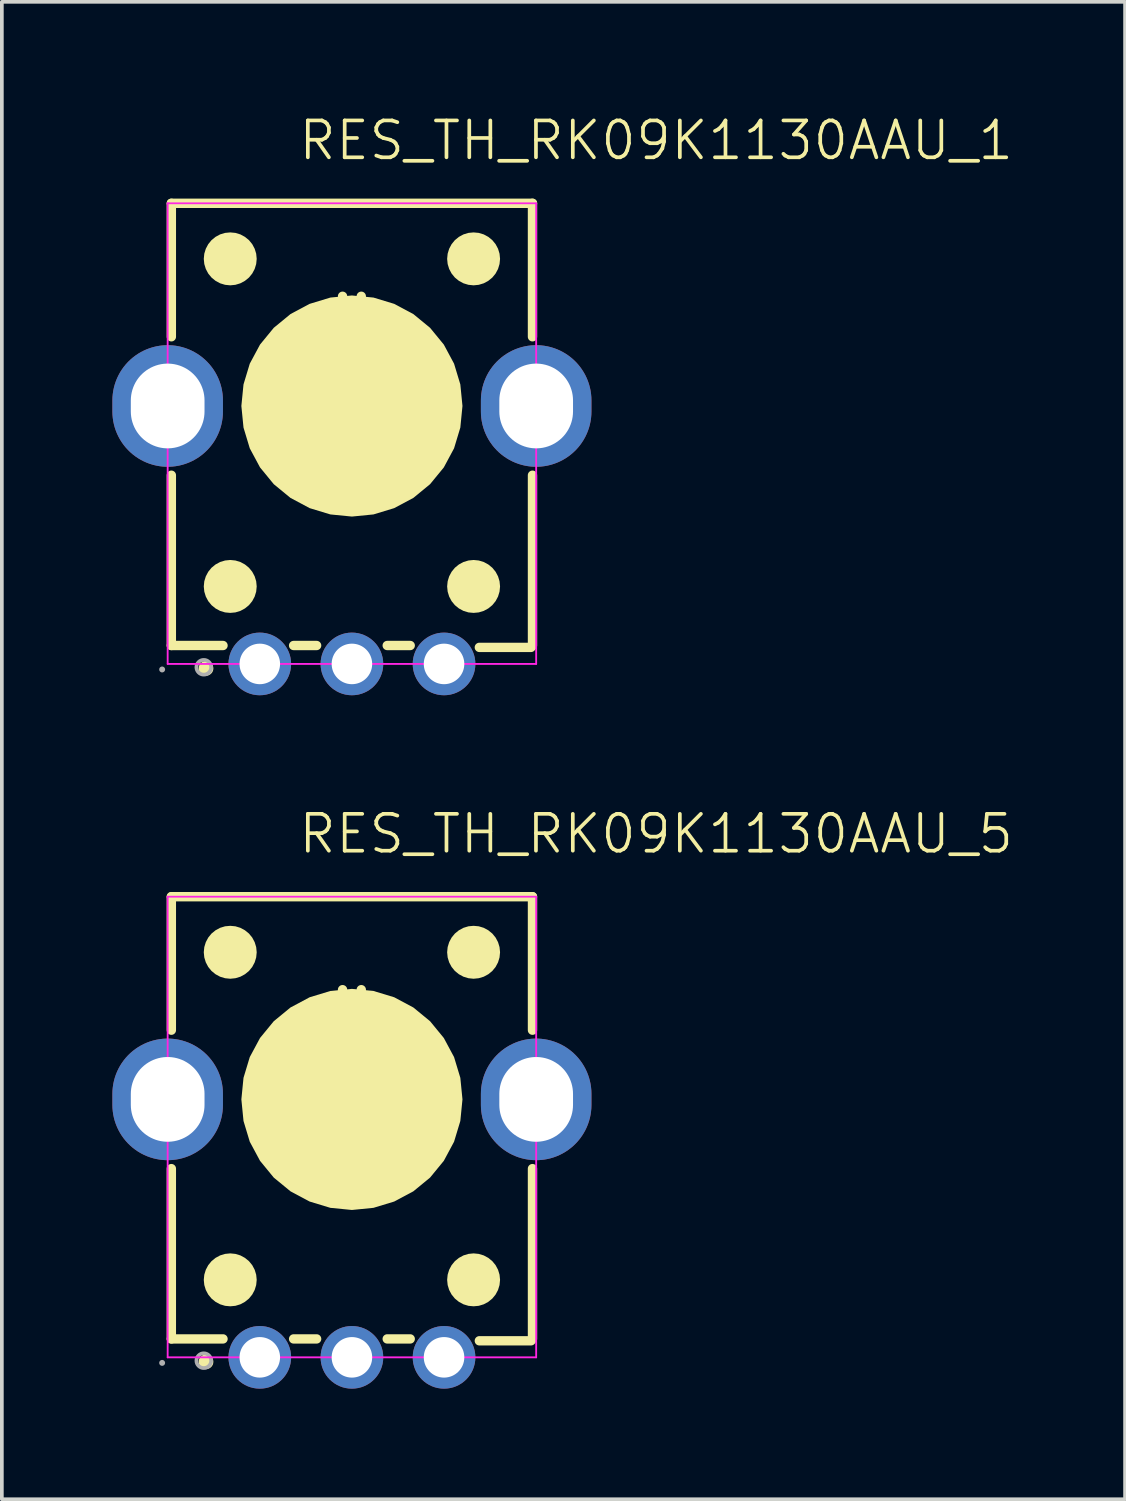
<source format=kicad_pcb>
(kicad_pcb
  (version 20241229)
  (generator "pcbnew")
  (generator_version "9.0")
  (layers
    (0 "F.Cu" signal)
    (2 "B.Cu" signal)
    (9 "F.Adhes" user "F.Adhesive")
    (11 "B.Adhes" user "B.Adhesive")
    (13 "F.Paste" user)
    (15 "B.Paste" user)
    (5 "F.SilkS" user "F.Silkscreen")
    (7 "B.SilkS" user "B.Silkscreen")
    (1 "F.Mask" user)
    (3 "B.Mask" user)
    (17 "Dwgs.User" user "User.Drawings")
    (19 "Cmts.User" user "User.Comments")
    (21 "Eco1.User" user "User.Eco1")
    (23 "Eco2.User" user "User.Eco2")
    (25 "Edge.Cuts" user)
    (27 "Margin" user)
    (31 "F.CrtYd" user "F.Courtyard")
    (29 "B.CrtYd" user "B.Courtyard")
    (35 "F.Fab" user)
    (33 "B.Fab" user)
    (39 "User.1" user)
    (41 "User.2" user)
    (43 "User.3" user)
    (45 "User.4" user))
  (footprint "RES_TH_RK09K1130AAU_5"
    (layer "F.Cu")
    (at 6.5 27.534)
    (property "Reference" "RES_TH_RK09K1130AAU_5" (at -1.5 -7.956 0) (layer "F.SilkS") (effects (font (size 1 1) (thickness 0.1)) (justify left)))
    (fp_line (start -4.9 -6.25) (end 4.9 -6.25) (stroke (width 0.254) (type solid)) (layer "F.SilkS"))
    (fp_line (start -4.9 -6.25) (end -4.9 -2.628) (stroke (width 0.254) (type solid)) (layer "F.SilkS"))
    (fp_line (start -4.9 1.129) (end -4.9 5.75) (stroke (width 0.254) (type solid)) (layer "F.SilkS"))
    (fp_line (start -4.9 5.75) (end -3.498 5.75) (stroke (width 0.254) (type solid)) (layer "F.SilkS"))
    (fp_line (start -1.582 5.75) (end -0.958 5.75) (stroke (width 0.254) (type solid)) (layer "F.SilkS"))
    (fp_line (start -0.254 -3.727) (end -0.254 -2.203) (stroke (width 0.254) (type solid)) (layer "F.SilkS"))
    (fp_line (start -0.254 -2.203) (end 0.254 -2.203) (stroke (width 0.254) (type solid)) (layer "F.SilkS"))
    (fp_line (start 0.254 -2.203) (end 0.254 -3.727) (stroke (width 0.254) (type solid)) (layer "F.SilkS"))
    (fp_line (start 0.958 5.75) (end 1.582 5.75) (stroke (width 0.254) (type solid)) (layer "F.SilkS"))
    (fp_line (start 4.86 5.801) (end 3.458 5.801) (stroke (width 0.254) (type solid)) (layer "F.SilkS"))
    (fp_line (start 4.9 -6.25) (end 4.9 -2.628) (stroke (width 0.254) (type solid)) (layer "F.SilkS"))
    (fp_line (start 4.9 1.129) (end 4.9 5.75) (stroke (width 0.254) (type solid)) (layer "F.SilkS"))
    (fp_poly (pts (xy -3.76 6.37) (xy -3.764 6.331) (xy -3.775 6.294) (xy -3.794 6.259) (xy -3.819 6.229) (xy -3.849 6.204) (xy -3.883 6.186) (xy -3.921 6.174) (xy -3.96 6.17) (xy -3.999 6.174) (xy -4.037 6.186) (xy -4.071 6.204) (xy -4.101 6.229) (xy -4.126 6.259) (xy -4.145 6.294) (xy -4.156 6.331) (xy -4.16 6.37) (xy -4.156 6.41) (xy -4.145 6.447) (xy -4.126 6.482) (xy -4.101 6.512) (xy -4.071 6.537) (xy -4.037 6.555) (xy -3.999 6.567) (xy -3.96 6.571) (xy -3.921 6.567) (xy -3.883 6.555) (xy -3.849 6.537) (xy -3.819 6.512) (xy -3.794 6.482) (xy -3.775 6.447) (xy -3.764 6.41)) (stroke (width 0) (type solid)) (fill yes) (layer "F.SilkS"))
    (fp_poly (pts (xy -2.584 -4.742) (xy -2.598 -4.883) (xy -2.639 -5.017) (xy -2.705 -5.141) (xy -2.794 -5.25) (xy -2.903 -5.339) (xy -3.027 -5.406) (xy -3.162 -5.447) (xy -3.302 -5.46) (xy -3.442 -5.447) (xy -3.577 -5.406) (xy -3.701 -5.339) (xy -3.81 -5.25) (xy -3.899 -5.141) (xy -3.965 -5.017) (xy -4.006 -4.883) (xy -4.02 -4.742) (xy -4.006 -4.602) (xy -3.965 -4.468) (xy -3.899 -4.344) (xy -3.81 -4.235) (xy -3.701 -4.146) (xy -3.577 -4.079) (xy -3.442 -4.038) (xy -3.302 -4.024) (xy -3.162 -4.038) (xy -3.027 -4.079) (xy -2.903 -4.146) (xy -2.794 -4.235) (xy -2.705 -4.344) (xy -2.639 -4.468) (xy -2.598 -4.602)) (stroke (width 0) (type solid)) (fill yes) (layer "F.SilkS"))
    (fp_poly (pts (xy -2.584 4.147) (xy -2.598 4.007) (xy -2.639 3.873) (xy -2.705 3.749) (xy -2.794 3.64) (xy -2.903 3.551) (xy -3.027 3.484) (xy -3.162 3.443) (xy -3.302 3.429) (xy -3.442 3.443) (xy -3.577 3.484) (xy -3.701 3.551) (xy -3.81 3.64) (xy -3.899 3.749) (xy -3.965 3.873) (xy -4.006 4.007) (xy -4.02 4.147) (xy -4.006 4.288) (xy -3.965 4.422) (xy -3.899 4.546) (xy -3.81 4.655) (xy -3.701 4.744) (xy -3.577 4.811) (xy -3.442 4.852) (xy -3.302 4.865) (xy -3.162 4.852) (xy -3.027 4.811) (xy -2.903 4.744) (xy -2.794 4.655) (xy -2.705 4.546) (xy -2.639 4.422) (xy -2.598 4.288)) (stroke (width 0) (type solid)) (fill yes) (layer "F.SilkS"))
    (fp_poly (pts (xy 3 -0.75) (xy 2.942 -1.335) (xy 2.772 -1.898) (xy 2.494 -2.416) (xy 2.121 -2.871) (xy 1.667 -3.244) (xy 1.148 -3.521) (xy 0.585 -3.692) (xy 0 -3.749) (xy -0.585 -3.692) (xy -1.148 -3.521) (xy -1.667 -3.244) (xy -2.121 -2.871) (xy -2.494 -2.416) (xy -2.772 -1.898) (xy -2.942 -1.335) (xy -3 -0.75) (xy -2.942 -0.164) (xy -2.772 0.399) (xy -2.494 0.917) (xy -2.121 1.372) (xy -1.667 1.745) (xy -1.148 2.022) (xy -0.585 2.193) (xy 0 2.251) (xy 0.585 2.193) (xy 1.148 2.022) (xy 1.667 1.745) (xy 2.121 1.372) (xy 2.494 0.917) (xy 2.772 0.399) (xy 2.942 -0.164)) (stroke (width 0) (type solid)) (fill yes) (layer "F.SilkS"))
    (fp_poly (pts (xy 4.02 -4.742) (xy 4.006 -4.883) (xy 3.965 -5.017) (xy 3.899 -5.141) (xy 3.81 -5.25) (xy 3.701 -5.339) (xy 3.577 -5.406) (xy 3.442 -5.447) (xy 3.302 -5.46) (xy 3.162 -5.447) (xy 3.027 -5.406) (xy 2.903 -5.339) (xy 2.794 -5.25) (xy 2.705 -5.141) (xy 2.639 -5.017) (xy 2.598 -4.883) (xy 2.584 -4.742) (xy 2.598 -4.602) (xy 2.639 -4.468) (xy 2.705 -4.344) (xy 2.794 -4.235) (xy 2.903 -4.146) (xy 3.027 -4.079) (xy 3.162 -4.038) (xy 3.302 -4.024) (xy 3.442 -4.038) (xy 3.577 -4.079) (xy 3.701 -4.146) (xy 3.81 -4.235) (xy 3.899 -4.344) (xy 3.965 -4.468) (xy 4.006 -4.602)) (stroke (width 0) (type solid)) (fill yes) (layer "F.SilkS"))
    (fp_poly (pts (xy 4.02 4.147) (xy 4.006 4.007) (xy 3.965 3.873) (xy 3.899 3.749) (xy 3.81 3.64) (xy 3.701 3.551) (xy 3.577 3.484) (xy 3.442 3.443) (xy 3.302 3.429) (xy 3.162 3.443) (xy 3.027 3.484) (xy 2.903 3.551) (xy 2.794 3.64) (xy 2.705 3.749) (xy 2.639 3.873) (xy 2.598 4.007) (xy 2.584 4.147) (xy 2.598 4.288) (xy 2.639 4.422) (xy 2.705 4.546) (xy 2.794 4.655) (xy 2.903 4.744) (xy 3.027 4.811) (xy 3.162 4.852) (xy 3.302 4.865) (xy 3.442 4.852) (xy 3.577 4.811) (xy 3.701 4.744) (xy 3.81 4.655) (xy 3.899 4.546) (xy 3.965 4.422) (xy 4.006 4.288)) (stroke (width 0) (type solid)) (fill yes) (layer "F.SilkS"))
    (fp_line (start -5 -6.25) (end -5 6.25) (stroke (width 0.05) (type solid)) (layer "F.CrtYd"))
    (fp_line (start -5 6.25) (end 5 6.25) (stroke (width 0.05) (type solid)) (layer "F.CrtYd"))
    (fp_line (start 5 -6.25) (end -5 -6.25) (stroke (width 0.05) (type solid)) (layer "F.CrtYd"))
    (fp_line (start 5 6.25) (end 5 -6.25) (stroke (width 0.05) (type solid)) (layer "F.CrtYd"))
    (fp_poly (pts (xy -5.12 6.401) (xy -5.121 6.395) (xy -5.122 6.389) (xy -5.125 6.384) (xy -5.129 6.379) (xy -5.133 6.376) (xy -5.139 6.373) (xy -5.144 6.371) (xy -5.15 6.37) (xy -5.156 6.371) (xy -5.161 6.373) (xy -5.167 6.376) (xy -5.171 6.379) (xy -5.175 6.384) (xy -5.178 6.389) (xy -5.179 6.395) (xy -5.18 6.401) (xy -5.179 6.406) (xy -5.178 6.412) (xy -5.175 6.417) (xy -5.171 6.422) (xy -5.167 6.425) (xy -5.161 6.428) (xy -5.156 6.43) (xy -5.15 6.431) (xy -5.144 6.43) (xy -5.139 6.428) (xy -5.133 6.425) (xy -5.129 6.422) (xy -5.125 6.417) (xy -5.122 6.412) (xy -5.121 6.406)) (stroke (width 0.1) (type solid)) (fill no) (layer "F.Fab"))
    (fp_poly (pts (xy -3.82 6.34) (xy -3.824 6.301) (xy -3.835 6.264) (xy -3.854 6.229) (xy -3.879 6.199) (xy -3.909 6.174) (xy -3.943 6.156) (xy -3.981 6.144) (xy -4.02 6.141) (xy -4.059 6.144) (xy -4.097 6.156) (xy -4.131 6.174) (xy -4.161 6.199) (xy -4.186 6.229) (xy -4.205 6.264) (xy -4.216 6.301) (xy -4.22 6.34) (xy -4.216 6.38) (xy -4.205 6.417) (xy -4.186 6.452) (xy -4.161 6.482) (xy -4.131 6.507) (xy -4.097 6.525) (xy -4.059 6.537) (xy -4.02 6.54) (xy -3.981 6.537) (xy -3.943 6.525) (xy -3.909 6.507) (xy -3.879 6.482) (xy -3.854 6.452) (xy -3.835 6.417) (xy -3.824 6.38)) (stroke (width 0.1) (type solid)) (fill no) (layer "F.Fab"))
    (pad "1" thru_hole circle (at -2.5 6.25) (size 1.7 1.7) (drill 1.1) (layers "*.Cu" "*.Mask"))
    (pad "2" thru_hole circle (at 0 6.25) (size 1.7 1.7) (drill 1.1) (layers "*.Cu" "*.Mask"))
    (pad "3" thru_hole circle (at 2.5 6.25) (size 1.7 1.7) (drill 1.1) (layers "*.Cu" "*.Mask"))
    (pad "4" thru_hole oval (at 5 -0.75) (size 3 3.3) (drill oval 2 2.3) (layers "*.Cu" "*.Mask"))
    (pad "5" thru_hole oval (at -5 -0.75) (size 3 3.3) (drill oval 2 2.3) (layers "*.Cu" "*.Mask")))
  (footprint "RES_TH_RK09K1130AAU_1"
    (layer "F.Cu")
    (at 6.5 8.717)
    (property "Reference" "RES_TH_RK09K1130AAU_1" (at -1.5 -7.956 0) (layer "F.SilkS") (effects (font (size 1 1) (thickness 0.1)) (justify left)))
    (fp_line (start -4.9 -6.25) (end 4.9 -6.25) (stroke (width 0.254) (type solid)) (layer "F.SilkS"))
    (fp_line (start -4.9 -6.25) (end -4.9 -2.628) (stroke (width 0.254) (type solid)) (layer "F.SilkS"))
    (fp_line (start -4.9 1.129) (end -4.9 5.75) (stroke (width 0.254) (type solid)) (layer "F.SilkS"))
    (fp_line (start -4.9 5.75) (end -3.498 5.75) (stroke (width 0.254) (type solid)) (layer "F.SilkS"))
    (fp_line (start -1.582 5.75) (end -0.958 5.75) (stroke (width 0.254) (type solid)) (layer "F.SilkS"))
    (fp_line (start -0.254 -3.727) (end -0.254 -2.203) (stroke (width 0.254) (type solid)) (layer "F.SilkS"))
    (fp_line (start -0.254 -2.203) (end 0.254 -2.203) (stroke (width 0.254) (type solid)) (layer "F.SilkS"))
    (fp_line (start 0.254 -2.203) (end 0.254 -3.727) (stroke (width 0.254) (type solid)) (layer "F.SilkS"))
    (fp_line (start 0.958 5.75) (end 1.582 5.75) (stroke (width 0.254) (type solid)) (layer "F.SilkS"))
    (fp_line (start 4.86 5.801) (end 3.458 5.801) (stroke (width 0.254) (type solid)) (layer "F.SilkS"))
    (fp_line (start 4.9 -6.25) (end 4.9 -2.628) (stroke (width 0.254) (type solid)) (layer "F.SilkS"))
    (fp_line (start 4.9 1.129) (end 4.9 5.75) (stroke (width 0.254) (type solid)) (layer "F.SilkS"))
    (fp_poly (pts (xy -3.76 6.37) (xy -3.764 6.331) (xy -3.775 6.294) (xy -3.794 6.259) (xy -3.819 6.229) (xy -3.849 6.204) (xy -3.883 6.186) (xy -3.921 6.174) (xy -3.96 6.17) (xy -3.999 6.174) (xy -4.037 6.186) (xy -4.071 6.204) (xy -4.101 6.229) (xy -4.126 6.259) (xy -4.145 6.294) (xy -4.156 6.331) (xy -4.16 6.37) (xy -4.156 6.41) (xy -4.145 6.447) (xy -4.126 6.482) (xy -4.101 6.512) (xy -4.071 6.537) (xy -4.037 6.555) (xy -3.999 6.567) (xy -3.96 6.571) (xy -3.921 6.567) (xy -3.883 6.555) (xy -3.849 6.537) (xy -3.819 6.512) (xy -3.794 6.482) (xy -3.775 6.447) (xy -3.764 6.41)) (stroke (width 0) (type solid)) (fill yes) (layer "F.SilkS"))
    (fp_poly (pts (xy -2.584 -4.742) (xy -2.598 -4.883) (xy -2.639 -5.017) (xy -2.705 -5.141) (xy -2.794 -5.25) (xy -2.903 -5.339) (xy -3.027 -5.406) (xy -3.162 -5.447) (xy -3.302 -5.46) (xy -3.442 -5.447) (xy -3.577 -5.406) (xy -3.701 -5.339) (xy -3.81 -5.25) (xy -3.899 -5.141) (xy -3.965 -5.017) (xy -4.006 -4.883) (xy -4.02 -4.742) (xy -4.006 -4.602) (xy -3.965 -4.468) (xy -3.899 -4.344) (xy -3.81 -4.235) (xy -3.701 -4.146) (xy -3.577 -4.079) (xy -3.442 -4.038) (xy -3.302 -4.024) (xy -3.162 -4.038) (xy -3.027 -4.079) (xy -2.903 -4.146) (xy -2.794 -4.235) (xy -2.705 -4.344) (xy -2.639 -4.468) (xy -2.598 -4.602)) (stroke (width 0) (type solid)) (fill yes) (layer "F.SilkS"))
    (fp_poly (pts (xy -2.584 4.147) (xy -2.598 4.007) (xy -2.639 3.873) (xy -2.705 3.749) (xy -2.794 3.64) (xy -2.903 3.551) (xy -3.027 3.484) (xy -3.162 3.443) (xy -3.302 3.429) (xy -3.442 3.443) (xy -3.577 3.484) (xy -3.701 3.551) (xy -3.81 3.64) (xy -3.899 3.749) (xy -3.965 3.873) (xy -4.006 4.007) (xy -4.02 4.147) (xy -4.006 4.288) (xy -3.965 4.422) (xy -3.899 4.546) (xy -3.81 4.655) (xy -3.701 4.744) (xy -3.577 4.811) (xy -3.442 4.852) (xy -3.302 4.865) (xy -3.162 4.852) (xy -3.027 4.811) (xy -2.903 4.744) (xy -2.794 4.655) (xy -2.705 4.546) (xy -2.639 4.422) (xy -2.598 4.288)) (stroke (width 0) (type solid)) (fill yes) (layer "F.SilkS"))
    (fp_poly (pts (xy 3 -0.75) (xy 2.942 -1.335) (xy 2.772 -1.898) (xy 2.494 -2.416) (xy 2.121 -2.871) (xy 1.667 -3.244) (xy 1.148 -3.521) (xy 0.585 -3.692) (xy 0 -3.749) (xy -0.585 -3.692) (xy -1.148 -3.521) (xy -1.667 -3.244) (xy -2.121 -2.871) (xy -2.494 -2.416) (xy -2.772 -1.898) (xy -2.942 -1.335) (xy -3 -0.75) (xy -2.942 -0.164) (xy -2.772 0.399) (xy -2.494 0.917) (xy -2.121 1.372) (xy -1.667 1.745) (xy -1.148 2.022) (xy -0.585 2.193) (xy 0 2.251) (xy 0.585 2.193) (xy 1.148 2.022) (xy 1.667 1.745) (xy 2.121 1.372) (xy 2.494 0.917) (xy 2.772 0.399) (xy 2.942 -0.164)) (stroke (width 0) (type solid)) (fill yes) (layer "F.SilkS"))
    (fp_poly (pts (xy 4.02 -4.742) (xy 4.006 -4.883) (xy 3.965 -5.017) (xy 3.899 -5.141) (xy 3.81 -5.25) (xy 3.701 -5.339) (xy 3.577 -5.406) (xy 3.442 -5.447) (xy 3.302 -5.46) (xy 3.162 -5.447) (xy 3.027 -5.406) (xy 2.903 -5.339) (xy 2.794 -5.25) (xy 2.705 -5.141) (xy 2.639 -5.017) (xy 2.598 -4.883) (xy 2.584 -4.742) (xy 2.598 -4.602) (xy 2.639 -4.468) (xy 2.705 -4.344) (xy 2.794 -4.235) (xy 2.903 -4.146) (xy 3.027 -4.079) (xy 3.162 -4.038) (xy 3.302 -4.024) (xy 3.442 -4.038) (xy 3.577 -4.079) (xy 3.701 -4.146) (xy 3.81 -4.235) (xy 3.899 -4.344) (xy 3.965 -4.468) (xy 4.006 -4.602)) (stroke (width 0) (type solid)) (fill yes) (layer "F.SilkS"))
    (fp_poly (pts (xy 4.02 4.147) (xy 4.006 4.007) (xy 3.965 3.873) (xy 3.899 3.749) (xy 3.81 3.64) (xy 3.701 3.551) (xy 3.577 3.484) (xy 3.442 3.443) (xy 3.302 3.429) (xy 3.162 3.443) (xy 3.027 3.484) (xy 2.903 3.551) (xy 2.794 3.64) (xy 2.705 3.749) (xy 2.639 3.873) (xy 2.598 4.007) (xy 2.584 4.147) (xy 2.598 4.288) (xy 2.639 4.422) (xy 2.705 4.546) (xy 2.794 4.655) (xy 2.903 4.744) (xy 3.027 4.811) (xy 3.162 4.852) (xy 3.302 4.865) (xy 3.442 4.852) (xy 3.577 4.811) (xy 3.701 4.744) (xy 3.81 4.655) (xy 3.899 4.546) (xy 3.965 4.422) (xy 4.006 4.288)) (stroke (width 0) (type solid)) (fill yes) (layer "F.SilkS"))
    (fp_line (start -5 -6.25) (end -5 6.25) (stroke (width 0.05) (type solid)) (layer "F.CrtYd"))
    (fp_line (start -5 6.25) (end 5 6.25) (stroke (width 0.05) (type solid)) (layer "F.CrtYd"))
    (fp_line (start 5 -6.25) (end -5 -6.25) (stroke (width 0.05) (type solid)) (layer "F.CrtYd"))
    (fp_line (start 5 6.25) (end 5 -6.25) (stroke (width 0.05) (type solid)) (layer "F.CrtYd"))
    (fp_poly (pts (xy -5.12 6.401) (xy -5.121 6.395) (xy -5.122 6.389) (xy -5.125 6.384) (xy -5.129 6.379) (xy -5.133 6.376) (xy -5.139 6.373) (xy -5.144 6.371) (xy -5.15 6.37) (xy -5.156 6.371) (xy -5.161 6.373) (xy -5.167 6.376) (xy -5.171 6.379) (xy -5.175 6.384) (xy -5.178 6.389) (xy -5.179 6.395) (xy -5.18 6.401) (xy -5.179 6.406) (xy -5.178 6.412) (xy -5.175 6.417) (xy -5.171 6.422) (xy -5.167 6.425) (xy -5.161 6.428) (xy -5.156 6.43) (xy -5.15 6.431) (xy -5.144 6.43) (xy -5.139 6.428) (xy -5.133 6.425) (xy -5.129 6.422) (xy -5.125 6.417) (xy -5.122 6.412) (xy -5.121 6.406)) (stroke (width 0.1) (type solid)) (fill no) (layer "F.Fab"))
    (fp_poly (pts (xy -3.82 6.34) (xy -3.824 6.301) (xy -3.835 6.264) (xy -3.854 6.229) (xy -3.879 6.199) (xy -3.909 6.174) (xy -3.943 6.156) (xy -3.981 6.144) (xy -4.02 6.141) (xy -4.059 6.144) (xy -4.097 6.156) (xy -4.131 6.174) (xy -4.161 6.199) (xy -4.186 6.229) (xy -4.205 6.264) (xy -4.216 6.301) (xy -4.22 6.34) (xy -4.216 6.38) (xy -4.205 6.417) (xy -4.186 6.452) (xy -4.161 6.482) (xy -4.131 6.507) (xy -4.097 6.525) (xy -4.059 6.537) (xy -4.02 6.54) (xy -3.981 6.537) (xy -3.943 6.525) (xy -3.909 6.507) (xy -3.879 6.482) (xy -3.854 6.452) (xy -3.835 6.417) (xy -3.824 6.38)) (stroke (width 0.1) (type solid)) (fill no) (layer "F.Fab"))
    (pad "1" thru_hole circle (at -2.5 6.25) (size 1.7 1.7) (drill 1.1) (layers "*.Cu" "*.Mask"))
    (pad "2" thru_hole circle (at 0 6.25) (size 1.7 1.7) (drill 1.1) (layers "*.Cu" "*.Mask"))
    (pad "3" thru_hole circle (at 2.5 6.25) (size 1.7 1.7) (drill 1.1) (layers "*.Cu" "*.Mask"))
    (pad "4" thru_hole oval (at 5 -0.75) (size 3 3.3) (drill oval 2 2.3) (layers "*.Cu" "*.Mask"))
    (pad "5" thru_hole oval (at -5 -0.75) (size 3 3.3) (drill oval 2 2.3) (layers "*.Cu" "*.Mask")))
  (gr_rect
    (start -3 -3)
    (end 27.481 37.634)
    (stroke (width 0.1) (type default))
    (fill no)
    (layer "Edge.Cuts")))
</source>
